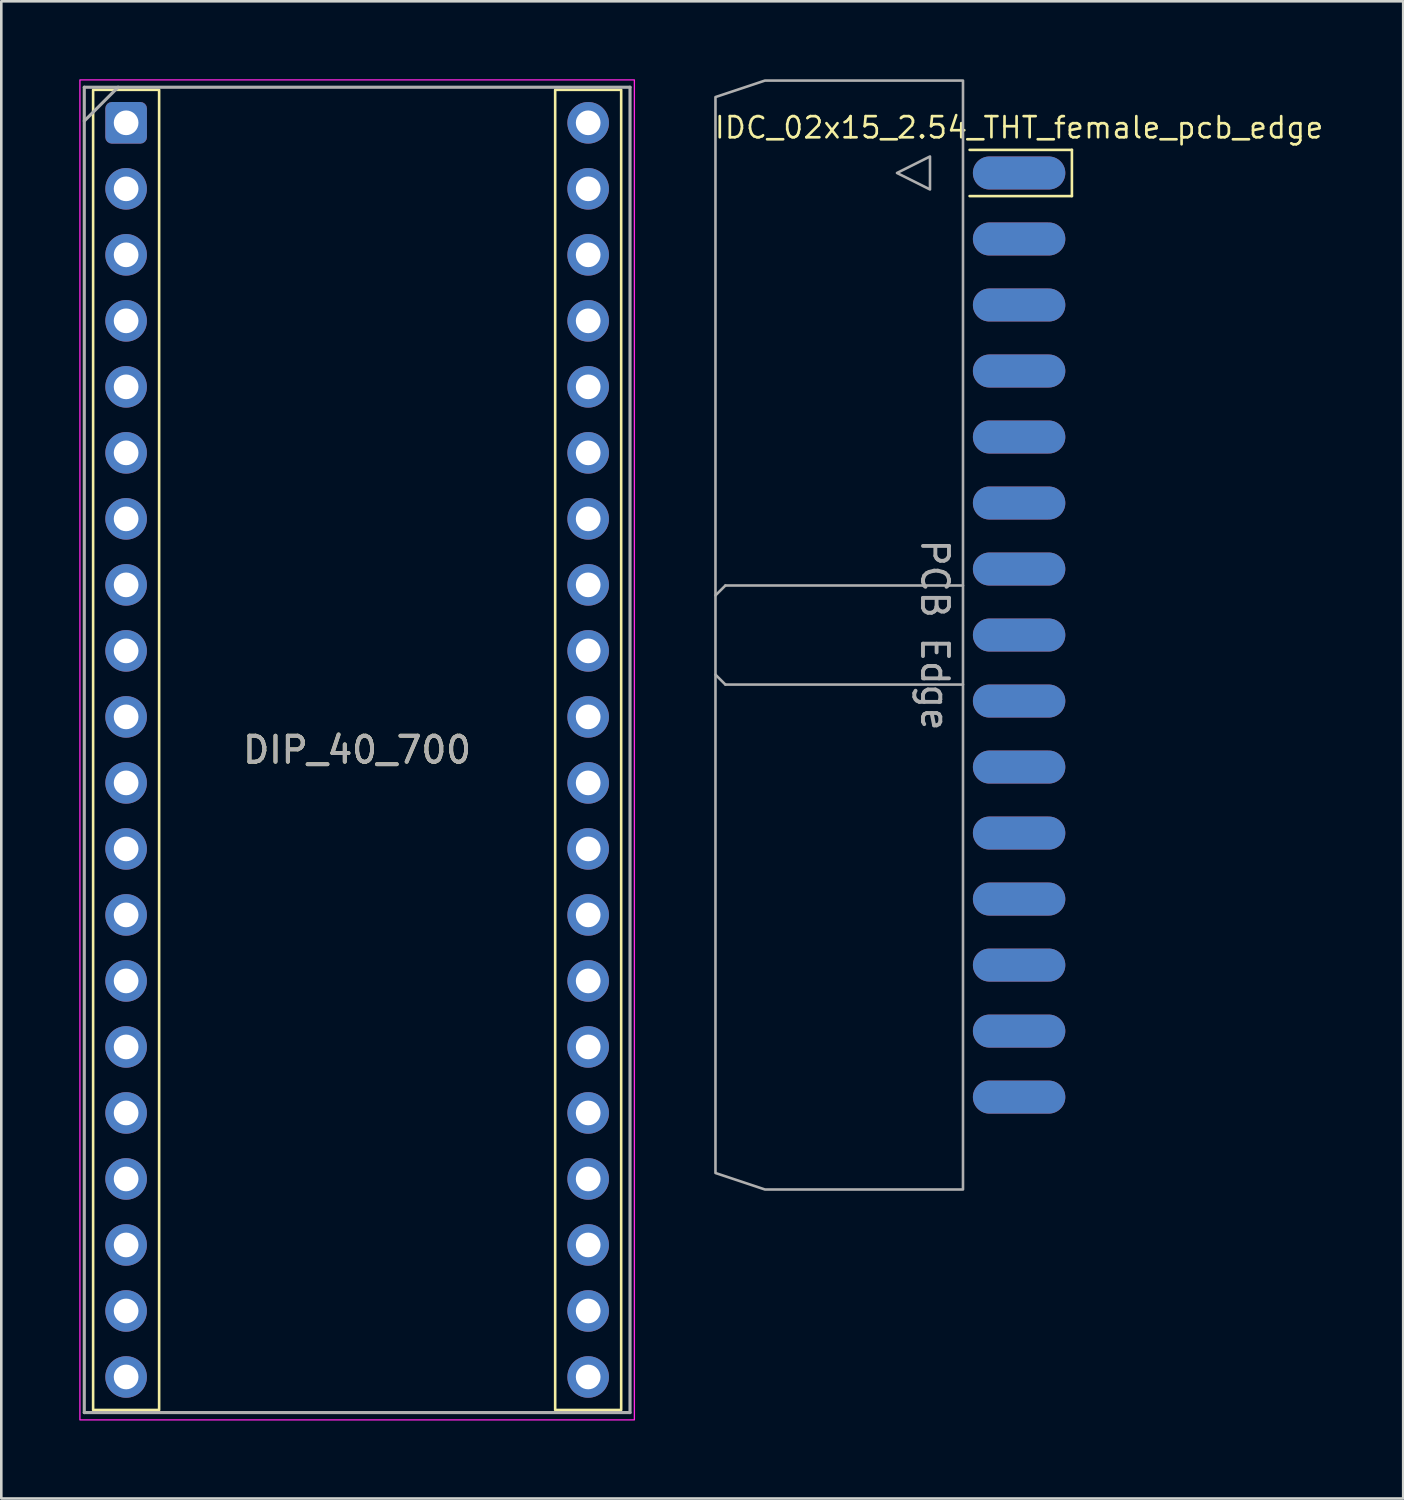
<source format=kicad_pcb>
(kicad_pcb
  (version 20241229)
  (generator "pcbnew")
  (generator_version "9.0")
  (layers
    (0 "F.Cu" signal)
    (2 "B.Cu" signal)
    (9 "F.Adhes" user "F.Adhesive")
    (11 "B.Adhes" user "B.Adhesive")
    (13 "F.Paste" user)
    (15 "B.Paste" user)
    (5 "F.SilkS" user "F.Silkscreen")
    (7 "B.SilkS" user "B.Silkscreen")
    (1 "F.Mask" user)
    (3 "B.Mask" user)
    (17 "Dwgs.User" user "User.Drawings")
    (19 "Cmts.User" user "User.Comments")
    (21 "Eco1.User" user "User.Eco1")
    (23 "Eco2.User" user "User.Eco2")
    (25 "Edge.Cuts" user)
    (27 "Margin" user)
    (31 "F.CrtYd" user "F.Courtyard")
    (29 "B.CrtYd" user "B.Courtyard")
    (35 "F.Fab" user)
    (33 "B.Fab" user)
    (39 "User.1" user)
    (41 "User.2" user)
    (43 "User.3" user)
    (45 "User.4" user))
  (footprint "DIP_40_700"
    (layer "F.Cu")
    (at 10.693 25.806)
    (property "Reference" "DIP_40_700" (at 0 0 0) (layer "F.SilkS") (effects (font (size 1 1) (thickness 0.15))))
    (attr through_hole)
    (fp_rect (start -10.16 -25.4) (end -7.62 25.4) (stroke (width 0.1) (type default)) (fill no) (layer "F.SilkS"))
    (fp_rect (start 7.62 -25.4) (end 10.16 25.4) (stroke (width 0.1) (type default)) (fill no) (layer "F.SilkS"))
    (fp_rect (start -10.668 -25.781) (end 10.668 25.781) (stroke (width 0.05) (type default)) (fill no) (layer "F.CrtYd"))
    (fp_line (start -10.5 -25.5) (end 10.5 -25.5) (stroke (width 0.12) (type solid)) (layer "F.Fab"))
    (fp_line (start -10.5 -24.2) (end -9.2 -25.5) (stroke (width 0.12) (type solid)) (layer "F.Fab"))
    (fp_line (start -10.5 25.5) (end -10.5 -25.5) (stroke (width 0.12) (type solid)) (layer "F.Fab"))
    (fp_line (start 10.5 -25.5) (end 10.5 25.5) (stroke (width 0.12) (type solid)) (layer "F.Fab"))
    (fp_line (start 10.5 25.5) (end -10.5 25.5) (stroke (width 0.12) (type solid)) (layer "F.Fab"))
    (fp_text user "${REFERENCE}" (at 0 0 180) (layer "F.Fab") (effects (font (size 1 1) (thickness 0.15))))
    (pad "1" thru_hole roundrect (at -8.89 -24.13) (size 1.6 1.6) (drill 0.95) (layers "*.Cu" "*.Mask") (roundrect_rratio 0.156))
    (pad "2" thru_hole circle (at -8.89 -21.59) (size 1.6 1.6) (drill 0.95) (layers "*.Cu" "*.Mask"))
    (pad "3" thru_hole circle (at -8.89 -19.05) (size 1.6 1.6) (drill 0.95) (layers "*.Cu" "*.Mask"))
    (pad "4" thru_hole circle (at -8.89 -16.51) (size 1.6 1.6) (drill 0.95) (layers "*.Cu" "*.Mask"))
    (pad "5" thru_hole circle (at -8.89 -13.97) (size 1.6 1.6) (drill 0.95) (layers "*.Cu" "*.Mask"))
    (pad "6" thru_hole circle (at -8.89 -11.43) (size 1.6 1.6) (drill 0.95) (layers "*.Cu" "*.Mask"))
    (pad "7" thru_hole circle (at -8.89 -8.89) (size 1.6 1.6) (drill 0.95) (layers "*.Cu" "*.Mask"))
    (pad "8" thru_hole circle (at -8.89 -6.35) (size 1.6 1.6) (drill 0.95) (layers "*.Cu" "*.Mask"))
    (pad "9" thru_hole circle (at -8.89 -3.81) (size 1.6 1.6) (drill 0.95) (layers "*.Cu" "*.Mask"))
    (pad "10" thru_hole circle (at -8.89 -1.27) (size 1.6 1.6) (drill 0.95) (layers "*.Cu" "*.Mask"))
    (pad "11" thru_hole circle (at -8.89 1.27) (size 1.6 1.6) (drill 0.95) (layers "*.Cu" "*.Mask"))
    (pad "12" thru_hole circle (at -8.89 3.81) (size 1.6 1.6) (drill 0.95) (layers "*.Cu" "*.Mask"))
    (pad "13" thru_hole circle (at -8.89 6.35) (size 1.6 1.6) (drill 0.95) (layers "*.Cu" "*.Mask"))
    (pad "14" thru_hole circle (at -8.89 8.89) (size 1.6 1.6) (drill 0.95) (layers "*.Cu" "*.Mask"))
    (pad "15" thru_hole circle (at -8.89 11.43) (size 1.6 1.6) (drill 0.95) (layers "*.Cu" "*.Mask"))
    (pad "16" thru_hole circle (at -8.89 13.97) (size 1.6 1.6) (drill 0.95) (layers "*.Cu" "*.Mask"))
    (pad "17" thru_hole circle (at -8.89 16.51) (size 1.6 1.6) (drill 0.95) (layers "*.Cu" "*.Mask"))
    (pad "18" thru_hole circle (at -8.89 19.05) (size 1.6 1.6) (drill 0.95) (layers "*.Cu" "*.Mask"))
    (pad "19" thru_hole circle (at -8.89 21.59) (size 1.6 1.6) (drill 0.95) (layers "*.Cu" "*.Mask"))
    (pad "20" thru_hole circle (at -8.89 24.13) (size 1.6 1.6) (drill 0.95) (layers "*.Cu" "*.Mask"))
    (pad "21" thru_hole circle (at 8.89 24.13) (size 1.6 1.6) (drill 0.95) (layers "*.Cu" "*.Mask"))
    (pad "22" thru_hole circle (at 8.89 21.59) (size 1.6 1.6) (drill 0.95) (layers "*.Cu" "*.Mask"))
    (pad "23" thru_hole circle (at 8.89 19.05) (size 1.6 1.6) (drill 0.95) (layers "*.Cu" "*.Mask"))
    (pad "24" thru_hole circle (at 8.89 16.51) (size 1.6 1.6) (drill 0.95) (layers "*.Cu" "*.Mask"))
    (pad "25" thru_hole circle (at 8.89 13.97) (size 1.6 1.6) (drill 0.95) (layers "*.Cu" "*.Mask"))
    (pad "26" thru_hole circle (at 8.89 11.43) (size 1.6 1.6) (drill 0.95) (layers "*.Cu" "*.Mask"))
    (pad "27" thru_hole circle (at 8.89 8.89) (size 1.6 1.6) (drill 0.95) (layers "*.Cu" "*.Mask"))
    (pad "28" thru_hole circle (at 8.89 6.35) (size 1.6 1.6) (drill 0.95) (layers "*.Cu" "*.Mask"))
    (pad "29" thru_hole circle (at 8.89 3.81) (size 1.6 1.6) (drill 0.95) (layers "*.Cu" "*.Mask"))
    (pad "30" thru_hole circle (at 8.89 1.27) (size 1.6 1.6) (drill 0.95) (layers "*.Cu" "*.Mask"))
    (pad "31" thru_hole circle (at 8.89 -1.27) (size 1.6 1.6) (drill 0.95) (layers "*.Cu" "*.Mask"))
    (pad "32" thru_hole circle (at 8.89 -3.81) (size 1.6 1.6) (drill 0.95) (layers "*.Cu" "*.Mask"))
    (pad "33" thru_hole circle (at 8.89 -6.35) (size 1.6 1.6) (drill 0.95) (layers "*.Cu" "*.Mask"))
    (pad "34" thru_hole circle (at 8.89 -8.89) (size 1.6 1.6) (drill 0.95) (layers "*.Cu" "*.Mask"))
    (pad "35" thru_hole circle (at 8.89 -11.43) (size 1.6 1.6) (drill 0.95) (layers "*.Cu" "*.Mask"))
    (pad "36" thru_hole circle (at 8.89 -13.97) (size 1.6 1.6) (drill 0.95) (layers "*.Cu" "*.Mask"))
    (pad "37" thru_hole circle (at 8.89 -16.51) (size 1.6 1.6) (drill 0.95) (layers "*.Cu" "*.Mask"))
    (pad "38" thru_hole circle (at 8.89 -19.05) (size 1.6 1.6) (drill 0.95) (layers "*.Cu" "*.Mask"))
    (pad "39" thru_hole circle (at 8.89 -21.59) (size 1.6 1.6) (drill 0.95) (layers "*.Cu" "*.Mask"))
    (pad "40" thru_hole circle (at 8.89 -24.13) (size 1.6 1.6) (drill 0.95) (layers "*.Cu" "*.Mask")))
  (footprint "IDC_02x15_2.54_THT_female_pcb_edge"
    (layer "F.Cu")
    (at 34.006 21.386)
    (property "Reference" "IDC_02x15_2.54_THT_female_pcb_edge" (at 2.159 -19.05 0) (unlocked yes) (layer "F.SilkS") (effects (font (size 0.813 0.813) (thickness 0.102)) (justify bottom)))
    (fp_line (start 0.254 -18.669) (end 4.191 -18.669) (stroke (width 0.1) (type default)) (layer "F.SilkS"))
    (fp_line (start 4.191 -18.669) (end 4.191 -16.891) (stroke (width 0.1) (type default)) (layer "F.SilkS"))
    (fp_line (start 4.191 -16.891) (end 0.254 -16.891) (stroke (width 0.1) (type default)) (layer "F.SilkS"))
    (fp_line (start -9.144 -1.905) (end -9.525 -1.524) (stroke (width 0.1) (type default)) (layer "F.Fab"))
    (fp_line (start -9.144 1.905) (end -9.525 1.524) (stroke (width 0.1) (type default)) (layer "F.Fab"))
    (fp_line (start 0 -1.905) (end -9.144 -1.905) (stroke (width 0.1) (type default)) (layer "F.Fab"))
    (fp_line (start 0 1.905) (end -9.144 1.905) (stroke (width 0.1) (type default)) (layer "F.Fab"))
    (fp_poly (pts (xy -2.54 -17.78) (xy -1.27 -18.415) (xy -1.27 -17.145)) (stroke (width 0.1) (type solid)) (fill no) (layer "F.Fab"))
    (fp_poly (pts (xy 0 -21.336) (xy -7.62 -21.336) (xy -9.525 -20.701) (xy -9.525 20.701) (xy -7.62 21.336) (xy 0 21.336)) (stroke (width 0.1) (type solid)) (fill no) (layer "F.Fab"))
    (fp_text user "PCB Edge" (at -0.5 0 270) (unlocked yes) (layer "F.Fab") (effects (font (size 1 1) (thickness 0.15)) (justify top)))
    (pad "1" smd oval (at 2.159 -17.78 90) (size 1.27 3.556) (layers "F.Cu" "F.Mask" "F.Paste"))
    (pad "2" smd oval (at 2.159 -17.78 90) (size 1.27 3.556) (layers "B.Cu" "B.Mask" "B.Paste"))
    (pad "3" smd oval (at 2.159 -15.24 90) (size 1.27 3.556) (layers "F.Cu" "F.Mask" "F.Paste"))
    (pad "4" smd oval (at 2.159 -15.24 90) (size 1.27 3.556) (layers "B.Cu" "B.Mask" "B.Paste"))
    (pad "5" smd oval (at 2.159 -12.7 90) (size 1.27 3.556) (layers "F.Cu" "F.Mask" "F.Paste"))
    (pad "6" smd oval (at 2.159 -12.7 90) (size 1.27 3.556) (layers "B.Cu" "B.Mask" "B.Paste"))
    (pad "7" smd oval (at 2.159 -10.16 90) (size 1.27 3.556) (layers "F.Cu" "F.Mask" "F.Paste"))
    (pad "8" smd oval (at 2.159 -10.16 90) (size 1.27 3.556) (layers "B.Cu" "B.Mask" "B.Paste"))
    (pad "9" smd oval (at 2.159 -7.62 90) (size 1.27 3.556) (layers "F.Cu" "F.Mask" "F.Paste"))
    (pad "10" smd oval (at 2.159 -7.62 90) (size 1.27 3.556) (layers "B.Cu" "B.Mask" "B.Paste"))
    (pad "11" smd oval (at 2.159 -5.08 90) (size 1.27 3.556) (layers "F.Cu" "F.Mask" "F.Paste"))
    (pad "12" smd oval (at 2.159 -5.08 90) (size 1.27 3.556) (layers "B.Cu" "B.Mask" "B.Paste"))
    (pad "13" smd oval (at 2.159 -2.54 90) (size 1.27 3.556) (layers "F.Cu" "F.Mask" "F.Paste"))
    (pad "14" smd oval (at 2.159 -2.54 90) (size 1.27 3.556) (layers "B.Cu" "B.Mask" "B.Paste"))
    (pad "15" smd oval (at 2.159 0 90) (size 1.27 3.556) (layers "F.Cu" "F.Mask" "F.Paste"))
    (pad "16" smd oval (at 2.159 0 90) (size 1.27 3.556) (layers "B.Cu" "B.Mask" "B.Paste"))
    (pad "17" smd oval (at 2.159 2.54 90) (size 1.27 3.556) (layers "F.Cu" "F.Mask" "F.Paste"))
    (pad "18" smd oval (at 2.159 2.54 90) (size 1.27 3.556) (layers "B.Cu" "B.Mask" "B.Paste"))
    (pad "19" smd oval (at 2.159 5.08 90) (size 1.27 3.556) (layers "F.Cu" "F.Mask" "F.Paste"))
    (pad "20" smd oval (at 2.159 5.08 90) (size 1.27 3.556) (layers "B.Cu" "B.Mask" "B.Paste"))
    (pad "21" smd oval (at 2.159 7.62 90) (size 1.27 3.556) (layers "F.Cu" "F.Mask" "F.Paste"))
    (pad "22" smd oval (at 2.159 7.62 90) (size 1.27 3.556) (layers "B.Cu" "B.Mask" "B.Paste"))
    (pad "23" smd oval (at 2.159 10.16 90) (size 1.27 3.556) (layers "F.Cu" "F.Mask" "F.Paste"))
    (pad "24" smd oval (at 2.159 10.16 90) (size 1.27 3.556) (layers "B.Cu" "B.Mask" "B.Paste"))
    (pad "25" smd oval (at 2.159 12.7 90) (size 1.27 3.556) (layers "F.Cu" "F.Mask" "F.Paste"))
    (pad "26" smd oval (at 2.159 12.7 90) (size 1.27 3.556) (layers "B.Cu" "B.Mask" "B.Paste"))
    (pad "27" smd oval (at 2.159 15.24 90) (size 1.27 3.556) (layers "F.Cu" "F.Mask" "F.Paste"))
    (pad "28" smd oval (at 2.159 15.24 90) (size 1.27 3.556) (layers "B.Cu" "B.Mask" "B.Paste"))
    (pad "29" smd oval (at 2.159 17.78 90) (size 1.27 3.556) (layers "F.Cu" "F.Mask" "F.Paste"))
    (pad "30" smd oval (at 2.159 17.78 90) (size 1.27 3.556) (layers "B.Cu" "B.Mask" "B.Paste")))
  (gr_rect
    (start -3 -3)
    (end 50.945 54.612)
    (stroke (width 0.1) (type default))
    (fill no)
    (layer "Edge.Cuts")))
</source>
